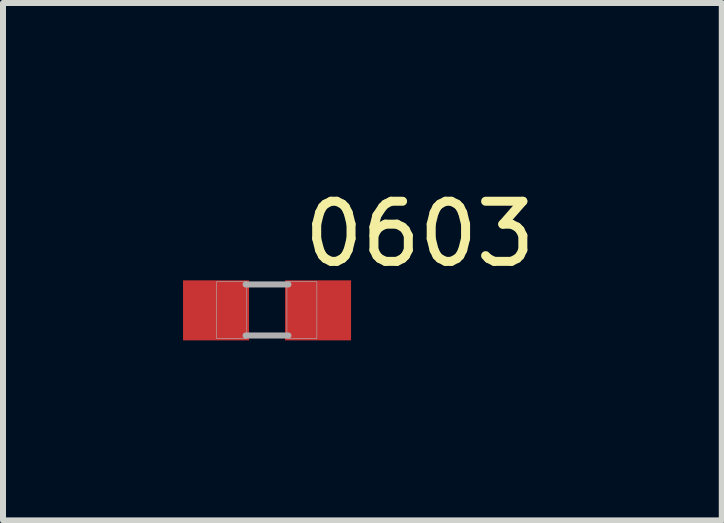
<source format=kicad_pcb>
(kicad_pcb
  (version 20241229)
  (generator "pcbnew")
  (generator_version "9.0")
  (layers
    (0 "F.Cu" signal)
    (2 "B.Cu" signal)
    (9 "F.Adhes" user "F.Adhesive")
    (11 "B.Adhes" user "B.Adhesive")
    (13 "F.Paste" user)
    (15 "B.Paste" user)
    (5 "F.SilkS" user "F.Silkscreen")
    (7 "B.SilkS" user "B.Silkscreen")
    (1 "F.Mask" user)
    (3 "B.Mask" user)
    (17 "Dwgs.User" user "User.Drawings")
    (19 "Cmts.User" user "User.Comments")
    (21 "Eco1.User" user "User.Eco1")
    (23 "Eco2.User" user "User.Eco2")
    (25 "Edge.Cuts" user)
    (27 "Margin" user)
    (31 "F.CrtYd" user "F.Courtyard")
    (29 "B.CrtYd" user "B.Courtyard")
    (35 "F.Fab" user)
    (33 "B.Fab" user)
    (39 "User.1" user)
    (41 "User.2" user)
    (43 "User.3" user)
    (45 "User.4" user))
  (footprint "0603"
    (layer "F.Cu")
    (at 1.4 2.122)
    (property "Reference" "0603" (at 2.545 -1.272 0) (layer "F.SilkS") (effects (font (size 1.002 1.002) (thickness 0.15))))
    (attr smd)
    (fp_line (start -0.356 -0.432) (end 0.356 -0.432) (stroke (width 0.102) (type solid)) (layer "F.Fab"))
    (fp_line (start -0.356 0.419) (end 0.356 0.419) (stroke (width 0.102) (type solid)) (layer "F.Fab"))
    (fp_poly (pts (xy -0.839 -0.48) (xy -0.338 -0.48) (xy -0.338 0.47) (xy -0.839 0.47)) (stroke (width 0.01) (type solid)) (fill no) (layer "F.Fab"))
    (fp_poly (pts (xy 0.331 -0.48) (xy 0.83 -0.48) (xy 0.83 0.471) (xy 0.331 0.471)) (stroke (width 0.01) (type solid)) (fill no) (layer "F.Fab"))
    (pad "1" smd rect (at -0.85 0) (size 1.1 1) (layers "F.Cu" "F.Mask" "F.Paste"))
    (pad "2" smd rect (at 0.85 0) (size 1.1 1) (layers "F.Cu" "F.Mask" "F.Paste")))
  (gr_rect
    (start -3 -3)
    (end 8.978 5.622)
    (stroke (width 0.1) (type default))
    (fill no)
    (layer "Edge.Cuts")))
</source>
